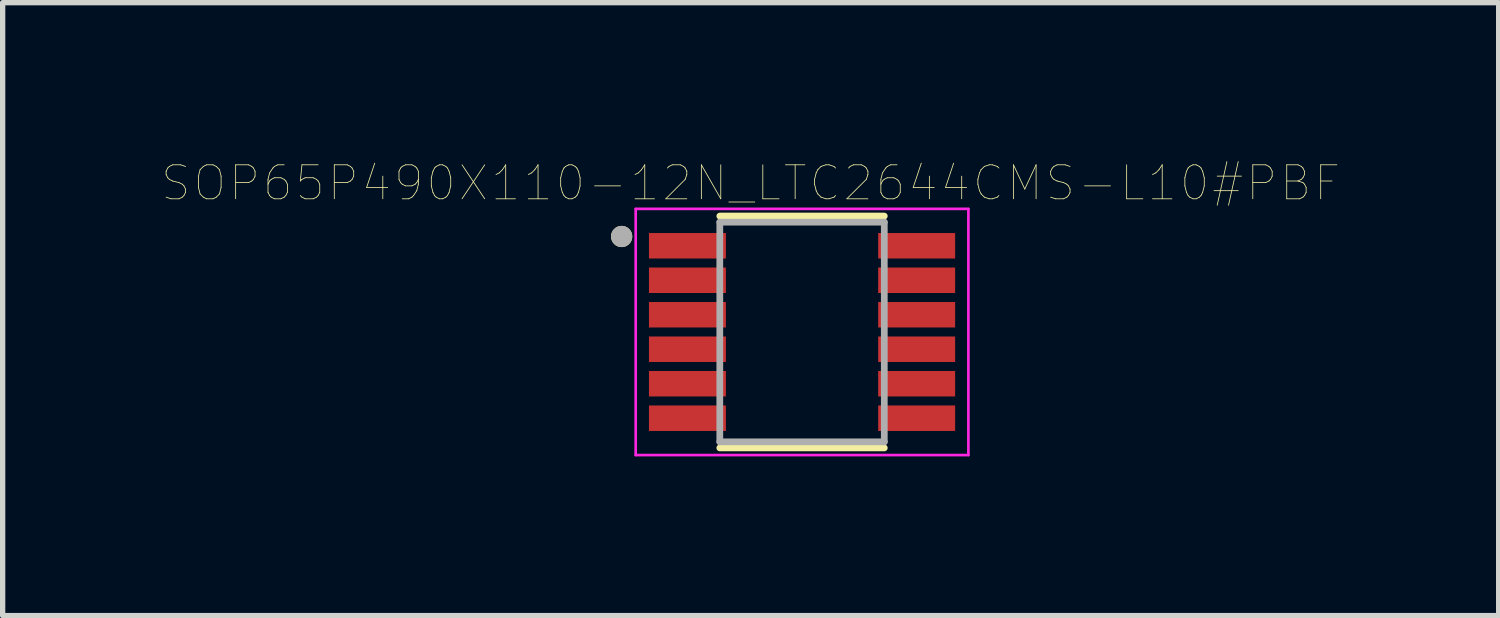
<source format=kicad_pcb>
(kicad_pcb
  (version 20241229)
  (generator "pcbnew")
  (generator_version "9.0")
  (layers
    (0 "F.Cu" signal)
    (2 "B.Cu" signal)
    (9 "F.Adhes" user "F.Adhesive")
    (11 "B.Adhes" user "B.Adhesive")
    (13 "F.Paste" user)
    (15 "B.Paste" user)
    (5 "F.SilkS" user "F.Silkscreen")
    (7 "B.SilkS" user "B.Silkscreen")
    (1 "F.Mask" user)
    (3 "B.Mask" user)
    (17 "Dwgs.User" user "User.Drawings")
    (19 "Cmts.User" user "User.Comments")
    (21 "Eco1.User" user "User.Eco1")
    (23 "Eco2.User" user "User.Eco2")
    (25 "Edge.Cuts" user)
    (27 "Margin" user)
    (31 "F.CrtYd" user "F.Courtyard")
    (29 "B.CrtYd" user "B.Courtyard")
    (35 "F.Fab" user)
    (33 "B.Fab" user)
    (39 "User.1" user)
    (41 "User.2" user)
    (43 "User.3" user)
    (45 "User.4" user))
  (footprint "SOP65P490X110-12N_LTC2644CMS-L10#PBF"
    (layer "F.Cu")
    (at 12.066 3.207)
    (property "Reference" "SOP65P490X110-12N_LTC2644CMS-L10#PBF" (at -0.968 -2.806 0) (layer "F.SilkS") (effects (font (size 0.64 0.64) (thickness 0.015))))
    (attr through_hole)
    (fp_line (start -1.55 -2.185) (end 1.55 -2.185) (stroke (width 0.127) (type solid)) (layer "F.SilkS"))
    (fp_line (start -1.55 2.185) (end 1.55 2.185) (stroke (width 0.127) (type solid)) (layer "F.SilkS"))
    (fp_circle (center -3.4 -1.8) (end -3.3 -1.8) (stroke (width 0.2) (type solid)) (fill no) (layer "F.SilkS"))
    (fp_line (start -3.135 -2.32) (end -3.135 2.32) (stroke (width 0.05) (type solid)) (layer "F.CrtYd"))
    (fp_line (start -3.135 -2.32) (end 3.135 -2.32) (stroke (width 0.05) (type solid)) (layer "F.CrtYd"))
    (fp_line (start -3.135 2.32) (end 3.135 2.32) (stroke (width 0.05) (type solid)) (layer "F.CrtYd"))
    (fp_line (start 3.135 -2.32) (end 3.135 2.32) (stroke (width 0.05) (type solid)) (layer "F.CrtYd"))
    (fp_line (start -1.55 -2.07) (end -1.55 2.07) (stroke (width 0.127) (type solid)) (layer "F.Fab"))
    (fp_line (start -1.55 -2.07) (end 1.55 -2.07) (stroke (width 0.127) (type solid)) (layer "F.Fab"))
    (fp_line (start -1.55 2.07) (end 1.55 2.07) (stroke (width 0.127) (type solid)) (layer "F.Fab"))
    (fp_line (start 1.55 -2.07) (end 1.55 2.07) (stroke (width 0.127) (type solid)) (layer "F.Fab"))
    (fp_circle (center -3.4 -1.8) (end -3.3 -1.8) (stroke (width 0.2) (type solid)) (fill no) (layer "F.Fab"))
    (pad "1" smd rect (at -2.16 -1.625) (size 1.45 0.48) (layers "F.Cu" "F.Mask" "F.Paste"))
    (pad "2" smd rect (at -2.16 -0.975) (size 1.45 0.48) (layers "F.Cu" "F.Mask" "F.Paste"))
    (pad "3" smd rect (at -2.16 -0.325) (size 1.45 0.48) (layers "F.Cu" "F.Mask" "F.Paste"))
    (pad "4" smd rect (at -2.16 0.325) (size 1.45 0.48) (layers "F.Cu" "F.Mask" "F.Paste"))
    (pad "5" smd rect (at -2.16 0.975) (size 1.45 0.48) (layers "F.Cu" "F.Mask" "F.Paste"))
    (pad "6" smd rect (at -2.16 1.625) (size 1.45 0.48) (layers "F.Cu" "F.Mask" "F.Paste"))
    (pad "7" smd rect (at 2.16 1.625) (size 1.45 0.48) (layers "F.Cu" "F.Mask" "F.Paste"))
    (pad "8" smd rect (at 2.16 0.975) (size 1.45 0.48) (layers "F.Cu" "F.Mask" "F.Paste"))
    (pad "9" smd rect (at 2.16 0.325) (size 1.45 0.48) (layers "F.Cu" "F.Mask" "F.Paste"))
    (pad "10" smd rect (at 2.16 -0.325) (size 1.45 0.48) (layers "F.Cu" "F.Mask" "F.Paste"))
    (pad "11" smd rect (at 2.16 -0.975) (size 1.45 0.48) (layers "F.Cu" "F.Mask" "F.Paste"))
    (pad "12" smd rect (at 2.16 -1.625) (size 1.45 0.48) (layers "F.Cu" "F.Mask" "F.Paste")))
  (gr_rect
    (start -3 -3)
    (end 25.195 8.552)
    (stroke (width 0.1) (type default))
    (fill no)
    (layer "Edge.Cuts")))
</source>
